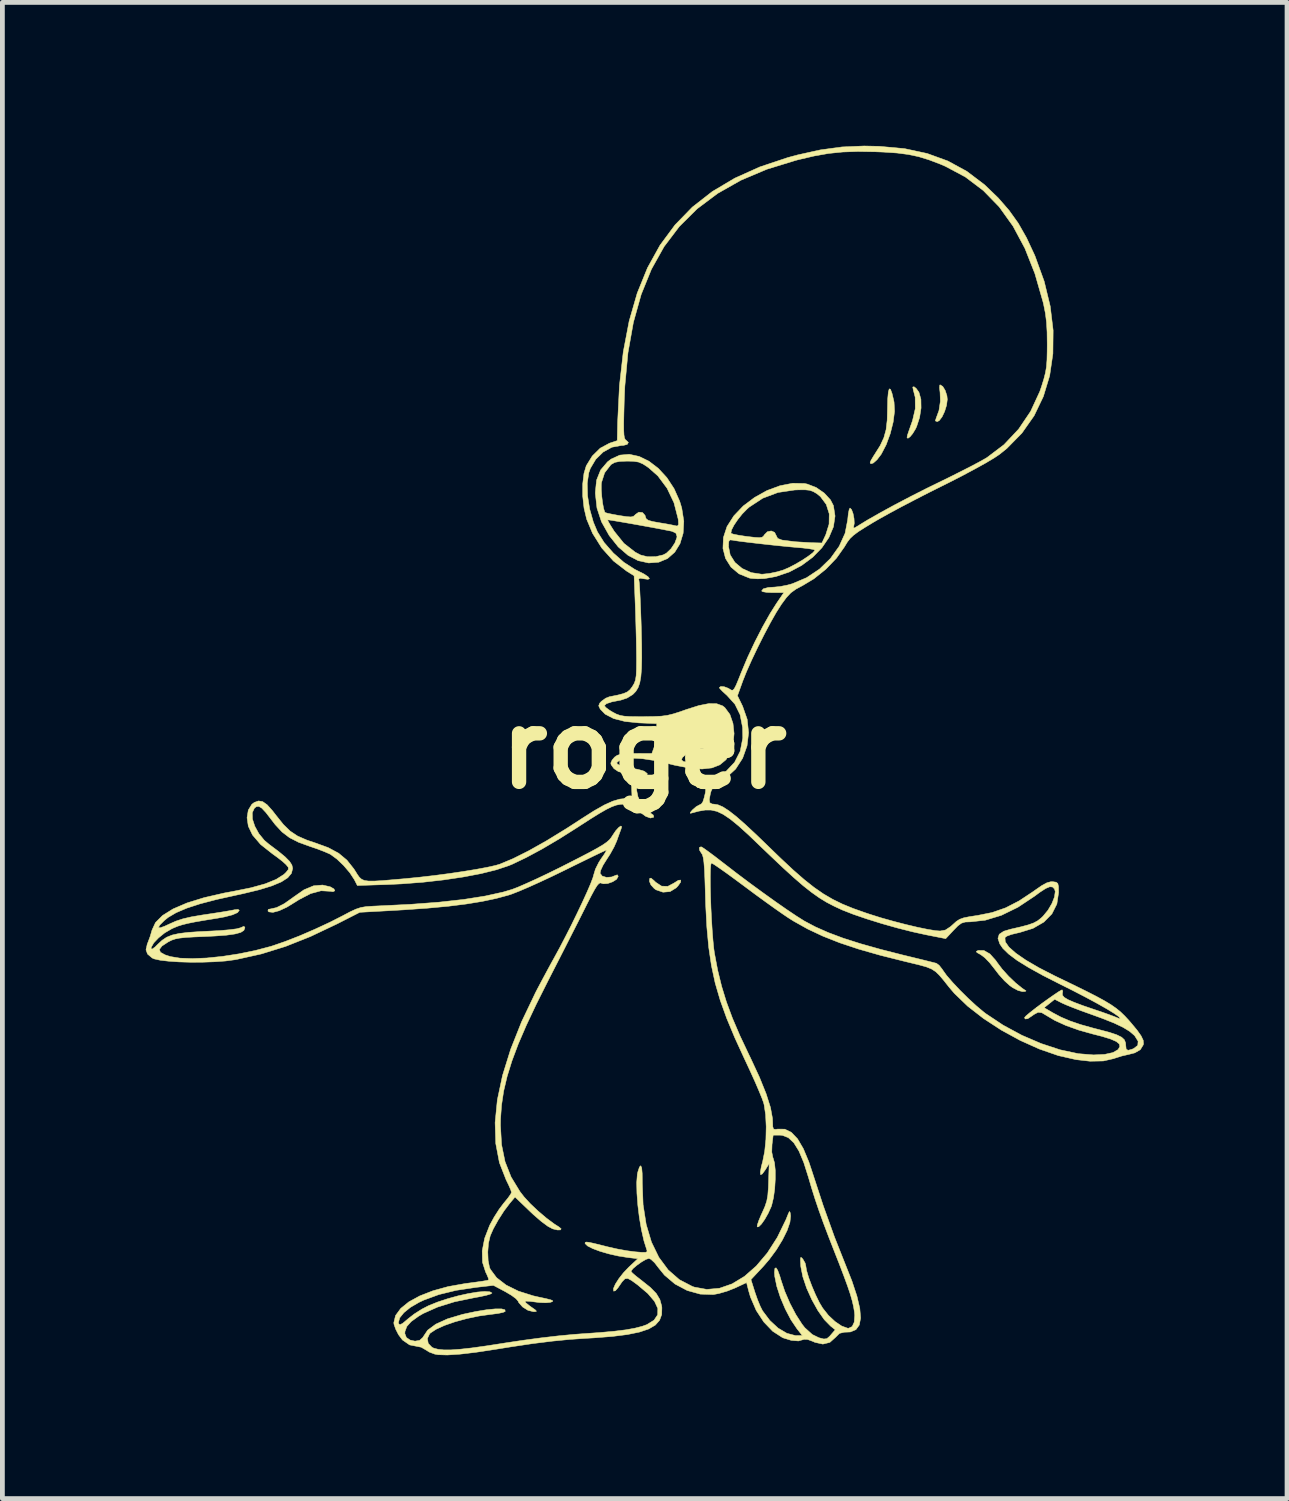
<source format=kicad_pcb>
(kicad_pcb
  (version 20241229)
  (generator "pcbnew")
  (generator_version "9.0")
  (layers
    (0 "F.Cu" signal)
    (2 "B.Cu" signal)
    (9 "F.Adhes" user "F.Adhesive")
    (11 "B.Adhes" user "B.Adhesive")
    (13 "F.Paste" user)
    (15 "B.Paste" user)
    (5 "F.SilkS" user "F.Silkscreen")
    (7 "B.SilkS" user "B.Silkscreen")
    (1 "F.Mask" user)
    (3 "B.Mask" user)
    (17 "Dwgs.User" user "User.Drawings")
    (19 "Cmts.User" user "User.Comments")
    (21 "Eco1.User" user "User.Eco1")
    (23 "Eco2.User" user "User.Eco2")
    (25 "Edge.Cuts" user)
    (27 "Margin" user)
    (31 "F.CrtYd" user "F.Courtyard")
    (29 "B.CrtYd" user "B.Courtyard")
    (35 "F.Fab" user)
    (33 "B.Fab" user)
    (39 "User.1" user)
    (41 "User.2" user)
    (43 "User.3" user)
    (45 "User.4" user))
  (footprint "roger"
    (layer "F.Cu")
    (at 10.425 12.623)
    (property "Reference" "roger" (at 0 0 0) (layer "F.SilkS") (effects (font (size 1.524 1.524) (thickness 0.3))))
    (attr through_hole)
    (fp_poly (pts (xy 0.208 2.752) (xy 0.247 2.79) (xy 0.37 2.871) (xy 0.501 2.875) (xy 0.626 2.809) (xy 0.721 2.749) (xy 0.77 2.744) (xy 0.769 2.787) (xy 0.712 2.868) (xy 0.675 2.907) (xy 0.548 2.985) (xy 0.4 2.998) (xy 0.254 2.948) (xy 0.217 2.922) (xy 0.147 2.846) (xy 0.116 2.771) (xy 0.115 2.768) (xy 0.121 2.71) (xy 0.148 2.703) (xy 0.208 2.752)) (stroke (width 0.01) (type solid)) (fill yes) (layer "F.SilkS"))
    (fp_poly (pts (xy 6.254 -7.586) (xy 6.305 -7.502) (xy 6.341 -7.393) (xy 6.349 -7.313) (xy 6.333 -7.191) (xy 6.293 -7.062) (xy 6.239 -6.948) (xy 6.18 -6.871) (xy 6.139 -6.85) (xy 6.099 -6.865) (xy 6.115 -6.919) (xy 6.116 -6.922) (xy 6.175 -7.083) (xy 6.204 -7.275) (xy 6.198 -7.453) (xy 6.197 -7.463) (xy 6.186 -7.56) (xy 6.192 -7.615) (xy 6.199 -7.62) (xy 6.254 -7.586)) (stroke (width 0.01) (type solid)) (fill yes) (layer "F.SilkS"))
    (fp_poly (pts (xy 5.698 -7.544) (xy 5.75 -7.472) (xy 5.757 -7.459) (xy 5.797 -7.317) (xy 5.8 -7.134) (xy 5.769 -6.935) (xy 5.707 -6.746) (xy 5.685 -6.699) (xy 5.626 -6.601) (xy 5.569 -6.532) (xy 5.525 -6.501) (xy 5.506 -6.516) (xy 5.515 -6.566) (xy 5.54 -6.64) (xy 5.581 -6.758) (xy 5.621 -6.87) (xy 5.679 -7.12) (xy 5.677 -7.36) (xy 5.637 -7.514) (xy 5.626 -7.573) (xy 5.652 -7.58) (xy 5.698 -7.544)) (stroke (width 0.01) (type solid)) (fill yes) (layer "F.SilkS"))
    (fp_poly (pts (xy -6.564 2.885) (xy -6.487 2.929) (xy -6.468 2.969) (xy -6.507 2.987) (xy -6.562 2.979) (xy -6.756 2.968) (xy -6.975 3.027) (xy -7.222 3.156) (xy -7.288 3.198) (xy -7.472 3.311) (xy -7.634 3.386) (xy -7.762 3.42) (xy -7.847 3.41) (xy -7.868 3.391) (xy -7.86 3.357) (xy -7.813 3.348) (xy -7.688 3.32) (xy -7.528 3.239) (xy -7.349 3.113) (xy -7.331 3.099) (xy -7.112 2.947) (xy -6.913 2.864) (xy -6.725 2.848) (xy -6.564 2.885)) (stroke (width 0.01) (type solid)) (fill yes) (layer "F.SilkS"))
    (fp_poly (pts (xy 5.16 -7.527) (xy 5.192 -7.442) (xy 5.23 -7.282) (xy 5.235 -7.255) (xy 5.245 -7.066) (xy 5.216 -6.84) (xy 5.155 -6.598) (xy 5.07 -6.366) (xy 4.966 -6.167) (xy 4.878 -6.052) (xy 4.8 -5.983) (xy 4.748 -5.967) (xy 4.734 -5.995) (xy 4.754 -6.042) (xy 4.804 -6.126) (xy 4.831 -6.168) (xy 4.945 -6.349) (xy 5.021 -6.512) (xy 5.068 -6.681) (xy 5.091 -6.88) (xy 5.097 -7.11) (xy 5.102 -7.326) (xy 5.115 -7.468) (xy 5.134 -7.535) (xy 5.16 -7.527)) (stroke (width 0.01) (type solid)) (fill yes) (layer "F.SilkS"))
    (fp_poly (pts (xy 7.116 4.218) (xy 7.24 4.289) (xy 7.363 4.426) (xy 7.391 4.467) (xy 7.494 4.604) (xy 7.631 4.756) (xy 7.78 4.898) (xy 7.915 5.007) (xy 7.949 5.03) (xy 7.997 5.063) (xy 7.978 5.075) (xy 7.923 5.078) (xy 7.831 5.055) (xy 7.714 4.993) (xy 7.658 4.953) (xy 7.547 4.853) (xy 7.426 4.718) (xy 7.333 4.597) (xy 7.234 4.472) (xy 7.131 4.366) (xy 7.048 4.304) (xy 6.97 4.261) (xy 6.956 4.236) (xy 6.997 4.216) (xy 7.116 4.218)) (stroke (width 0.01) (type solid)) (fill yes) (layer "F.SilkS"))
    (fp_poly (pts (xy -0.099 -6.121) (xy 0.106 -6.021) (xy 0.302 -5.871) (xy 0.48 -5.678) (xy 0.632 -5.446) (xy 0.749 -5.183) (xy 0.792 -5.041) (xy 0.835 -4.765) (xy 0.821 -4.514) (xy 0.755 -4.295) (xy 0.645 -4.117) (xy 0.495 -3.985) (xy 0.311 -3.908) (xy 0.1 -3.892) (xy -0.122 -3.941) (xy -0.332 -4.052) (xy -0.537 -4.228) (xy -0.721 -4.459) (xy -0.726 -4.465) (xy -0.888 -4.754) (xy -0.901 -4.794) (xy -0.76 -4.794) (xy -0.746 -4.76) (xy -0.699 -4.678) (xy -0.629 -4.567) (xy -0.623 -4.557) (xy -0.419 -4.303) (xy -0.181 -4.117) (xy -0.068 -4.058) (xy 0.078 -4.022) (xy 0.246 -4.024) (xy 0.401 -4.06) (xy 0.47 -4.096) (xy 0.568 -4.19) (xy 0.648 -4.31) (xy 0.69 -4.424) (xy 0.692 -4.45) (xy 0.67 -4.515) (xy 0.592 -4.553) (xy 0.568 -4.559) (xy 0.45 -4.582) (xy 0.292 -4.613) (xy 0.106 -4.647) (xy -0.092 -4.683) (xy -0.288 -4.718) (xy -0.468 -4.749) (xy -0.616 -4.774) (xy -0.718 -4.79) (xy -0.76 -4.794) (xy -0.76 -4.794) (xy -0.901 -4.794) (xy -0.982 -5.04) (xy -1.016 -5.343) (xy -1.016 -5.369) (xy -1.011 -5.425) (xy -0.892 -5.425) (xy -0.882 -5.287) (xy -0.865 -5.148) (xy -0.843 -5.031) (xy -0.82 -4.959) (xy -0.811 -4.947) (xy -0.761 -4.932) (xy -0.656 -4.91) (xy -0.519 -4.885) (xy -0.505 -4.883) (xy -0.36 -4.861) (xy -0.271 -4.855) (xy -0.219 -4.867) (xy -0.185 -4.897) (xy -0.179 -4.905) (xy -0.107 -4.955) (xy -0.029 -4.947) (xy 0.024 -4.888) (xy 0.031 -4.861) (xy 0.048 -4.816) (xy 0.093 -4.784) (xy 0.182 -4.759) (xy 0.32 -4.734) (xy 0.461 -4.711) (xy 0.573 -4.69) (xy 0.633 -4.677) (xy 0.635 -4.676) (xy 0.699 -4.664) (xy 0.725 -4.696) (xy 0.72 -4.787) (xy 0.716 -4.815) (xy 0.629 -5.152) (xy 0.485 -5.455) (xy 0.292 -5.714) (xy 0.096 -5.887) (xy -0.017 -5.962) (xy -0.111 -6.003) (xy -0.22 -6.02) (xy -0.351 -6.023) (xy -0.506 -6.017) (xy -0.608 -5.997) (xy -0.68 -5.957) (xy -0.693 -5.946) (xy -0.822 -5.779) (xy -0.887 -5.577) (xy -0.892 -5.538) (xy -0.892 -5.425) (xy -1.011 -5.425) (xy -0.99 -5.627) (xy -0.906 -5.837) (xy -0.762 -6.007) (xy -0.687 -6.065) (xy -0.504 -6.149) (xy -0.305 -6.166) (xy -0.099 -6.121)) (stroke (width 0.01) (type solid)) (fill yes) (layer "F.SilkS"))
    (fp_poly (pts (xy 3.361 -5.555) (xy 3.419 -5.543) (xy 3.605 -5.471) (xy 3.773 -5.355) (xy 3.904 -5.213) (xy 3.966 -5.093) (xy 4 -4.874) (xy 3.966 -4.648) (xy 3.871 -4.424) (xy 3.724 -4.209) (xy 3.532 -4.012) (xy 3.302 -3.841) (xy 3.042 -3.703) (xy 2.759 -3.607) (xy 2.521 -3.565) (xy 2.379 -3.56) (xy 2.248 -3.569) (xy 2.207 -3.576) (xy 1.989 -3.665) (xy 1.822 -3.806) (xy 1.708 -3.987) (xy 1.654 -4.197) (xy 1.656 -4.24) (xy 1.77 -4.24) (xy 1.806 -4.06) (xy 1.906 -3.902) (xy 2.057 -3.776) (xy 2.247 -3.69) (xy 2.462 -3.657) (xy 2.481 -3.657) (xy 2.625 -3.672) (xy 2.796 -3.708) (xy 2.915 -3.744) (xy 3.035 -3.795) (xy 3.173 -3.867) (xy 3.313 -3.949) (xy 3.438 -4.032) (xy 3.532 -4.103) (xy 3.577 -4.154) (xy 3.579 -4.161) (xy 3.544 -4.175) (xy 3.449 -4.191) (xy 3.314 -4.207) (xy 3.262 -4.211) (xy 3.073 -4.228) (xy 2.857 -4.249) (xy 2.629 -4.273) (xy 2.404 -4.298) (xy 2.198 -4.322) (xy 2.026 -4.343) (xy 1.904 -4.36) (xy 1.857 -4.369) (xy 1.801 -4.374) (xy 1.776 -4.341) (xy 1.77 -4.252) (xy 1.77 -4.24) (xy 1.656 -4.24) (xy 1.664 -4.425) (xy 1.695 -4.52) (xy 1.821 -4.52) (xy 1.826 -4.511) (xy 1.874 -4.494) (xy 1.979 -4.473) (xy 2.121 -4.451) (xy 2.167 -4.445) (xy 2.323 -4.427) (xy 2.42 -4.422) (xy 2.475 -4.431) (xy 2.506 -4.457) (xy 2.522 -4.483) (xy 2.585 -4.546) (xy 2.665 -4.562) (xy 2.735 -4.532) (xy 2.764 -4.475) (xy 2.799 -4.406) (xy 2.89 -4.371) (xy 2.898 -4.37) (xy 3.165 -4.336) (xy 3.467 -4.318) (xy 3.508 -4.316) (xy 3.725 -4.31) (xy 3.806 -4.483) (xy 3.875 -4.705) (xy 3.878 -4.921) (xy 3.816 -5.117) (xy 3.694 -5.281) (xy 3.618 -5.343) (xy 3.543 -5.387) (xy 3.469 -5.413) (xy 3.372 -5.423) (xy 3.231 -5.422) (xy 3.155 -5.419) (xy 2.806 -5.367) (xy 2.487 -5.247) (xy 2.204 -5.061) (xy 2.158 -5.02) (xy 2.058 -4.918) (xy 1.964 -4.8) (xy 1.885 -4.683) (xy 1.834 -4.584) (xy 1.821 -4.52) (xy 1.695 -4.52) (xy 1.739 -4.654) (xy 1.882 -4.878) (xy 2.078 -5.084) (xy 2.315 -5.262) (xy 2.575 -5.407) (xy 2.847 -5.508) (xy 3.113 -5.56) (xy 3.361 -5.555)) (stroke (width 0.01) (type solid)) (fill yes) (layer "F.SilkS"))
    (fp_poly (pts (xy 4.926 -12.611) (xy 5.453 -12.563) (xy 5.928 -12.461) (xy 6.36 -12.304) (xy 6.757 -12.088) (xy 7.127 -11.808) (xy 7.414 -11.532) (xy 7.642 -11.27) (xy 7.835 -11) (xy 8.006 -10.699) (xy 8.171 -10.346) (xy 8.185 -10.314) (xy 8.377 -9.784) (xy 8.503 -9.264) (xy 8.564 -8.759) (xy 8.559 -8.272) (xy 8.491 -7.809) (xy 8.359 -7.375) (xy 8.166 -6.973) (xy 7.91 -6.609) (xy 7.595 -6.288) (xy 7.442 -6.165) (xy 7.324 -6.086) (xy 7.149 -5.982) (xy 6.925 -5.858) (xy 6.665 -5.719) (xy 6.38 -5.573) (xy 6.235 -5.501) (xy 5.953 -5.36) (xy 5.665 -5.212) (xy 5.387 -5.067) (xy 5.135 -4.931) (xy 4.925 -4.814) (xy 4.811 -4.748) (xy 4.62 -4.632) (xy 4.482 -4.544) (xy 4.385 -4.471) (xy 4.314 -4.404) (xy 4.257 -4.329) (xy 4.201 -4.237) (xy 4.196 -4.228) (xy 4.028 -3.991) (xy 3.807 -3.761) (xy 3.556 -3.56) (xy 3.324 -3.421) (xy 3.181 -3.344) (xy 3.074 -3.267) (xy 2.981 -3.167) (xy 2.875 -3.023) (xy 2.874 -3.021) (xy 2.77 -2.858) (xy 2.647 -2.641) (xy 2.514 -2.39) (xy 2.38 -2.123) (xy 2.254 -1.858) (xy 2.145 -1.613) (xy 2.063 -1.407) (xy 2.059 -1.394) (xy 1.958 -1.114) (xy 2.065 -0.895) (xy 2.161 -0.621) (xy 2.191 -0.34) (xy 2.158 -0.064) (xy 2.066 0.194) (xy 1.919 0.421) (xy 1.719 0.605) (xy 1.635 0.658) (xy 1.515 0.733) (xy 1.445 0.801) (xy 1.405 0.887) (xy 1.392 0.932) (xy 1.368 1.057) (xy 1.378 1.125) (xy 1.427 1.152) (xy 1.466 1.155) (xy 1.551 1.169) (xy 1.653 1.213) (xy 1.778 1.294) (xy 1.932 1.414) (xy 2.121 1.58) (xy 2.351 1.794) (xy 2.561 1.997) (xy 2.864 2.29) (xy 3.124 2.533) (xy 3.353 2.733) (xy 3.56 2.897) (xy 3.756 3.033) (xy 3.951 3.147) (xy 4.155 3.247) (xy 4.378 3.338) (xy 4.632 3.428) (xy 4.725 3.459) (xy 4.963 3.534) (xy 5.219 3.606) (xy 5.477 3.673) (xy 5.721 3.731) (xy 5.935 3.775) (xy 6.105 3.803) (xy 6.199 3.81) (xy 6.309 3.79) (xy 6.417 3.719) (xy 6.468 3.673) (xy 6.539 3.609) (xy 6.608 3.565) (xy 6.694 3.534) (xy 6.819 3.509) (xy 6.985 3.484) (xy 7.288 3.423) (xy 7.57 3.325) (xy 7.853 3.179) (xy 8.155 2.979) (xy 8.176 2.963) (xy 8.325 2.86) (xy 8.433 2.801) (xy 8.518 2.778) (xy 8.561 2.779) (xy 8.628 2.789) (xy 8.662 2.816) (xy 8.676 2.88) (xy 8.678 3) (xy 8.678 3.006) (xy 8.642 3.245) (xy 8.538 3.452) (xy 8.37 3.623) (xy 8.142 3.755) (xy 7.858 3.843) (xy 7.82 3.851) (xy 7.691 3.882) (xy 7.596 3.917) (xy 7.556 3.947) (xy 7.562 4.036) (xy 7.639 4.147) (xy 7.784 4.275) (xy 7.994 4.42) (xy 8.266 4.579) (xy 8.597 4.749) (xy 8.659 4.779) (xy 8.987 4.937) (xy 9.253 5.068) (xy 9.467 5.177) (xy 9.638 5.27) (xy 9.774 5.352) (xy 9.884 5.429) (xy 9.977 5.505) (xy 10.062 5.587) (xy 10.147 5.679) (xy 10.183 5.72) (xy 10.319 5.883) (xy 10.405 6.005) (xy 10.449 6.097) (xy 10.455 6.17) (xy 10.449 6.194) (xy 10.388 6.294) (xy 10.273 6.36) (xy 10.148 6.392) (xy 10 6.426) (xy 9.849 6.474) (xy 9.833 6.48) (xy 9.614 6.53) (xy 9.336 6.535) (xy 9.044 6.502) (xy 8.671 6.417) (xy 8.276 6.28) (xy 7.873 6.099) (xy 7.478 5.883) (xy 7.107 5.641) (xy 6.775 5.383) (xy 6.497 5.115) (xy 6.386 4.985) (xy 6.273 4.842) (xy 6.185 4.738) (xy 6.107 4.662) (xy 6.023 4.607) (xy 5.919 4.564) (xy 5.778 4.524) (xy 5.585 4.477) (xy 5.465 4.448) (xy 4.947 4.318) (xy 4.495 4.189) (xy 4.098 4.057) (xy 3.746 3.918) (xy 3.429 3.769) (xy 3.136 3.605) (xy 3.021 3.533) (xy 2.906 3.455) (xy 2.744 3.342) (xy 2.549 3.202) (xy 2.337 3.048) (xy 2.122 2.888) (xy 2.102 2.873) (xy 1.906 2.728) (xy 1.731 2.6) (xy 1.585 2.497) (xy 1.478 2.424) (xy 1.419 2.388) (xy 1.413 2.386) (xy 1.4 2.422) (xy 1.392 2.523) (xy 1.389 2.676) (xy 1.39 2.869) (xy 1.395 3.089) (xy 1.403 3.325) (xy 1.415 3.563) (xy 1.429 3.792) (xy 1.445 4) (xy 1.462 4.173) (xy 1.476 4.272) (xy 1.544 4.631) (xy 1.626 4.966) (xy 1.727 5.295) (xy 1.853 5.635) (xy 2.01 6.002) (xy 2.205 6.414) (xy 2.23 6.465) (xy 2.418 6.87) (xy 2.558 7.217) (xy 2.649 7.504) (xy 2.691 7.733) (xy 2.694 7.8) (xy 2.697 7.906) (xy 2.713 7.955) (xy 2.756 7.962) (xy 2.8 7.955) (xy 2.949 7.957) (xy 3.086 8.024) (xy 3.215 8.159) (xy 3.336 8.365) (xy 3.452 8.643) (xy 3.518 8.841) (xy 3.753 9.559) (xy 3.989 10.216) (xy 4.205 10.761) (xy 4.354 11.137) (xy 4.458 11.451) (xy 4.518 11.708) (xy 4.535 11.909) (xy 4.507 12.056) (xy 4.436 12.153) (xy 4.32 12.201) (xy 4.193 12.206) (xy 4.093 12.23) (xy 4.011 12.312) (xy 3.891 12.419) (xy 3.745 12.455) (xy 3.578 12.418) (xy 3.542 12.401) (xy 3.427 12.358) (xy 3.349 12.355) (xy 3.341 12.359) (xy 3.233 12.389) (xy 3.085 12.377) (xy 2.921 12.327) (xy 2.899 12.318) (xy 2.695 12.186) (xy 2.509 11.992) (xy 2.35 11.749) (xy 2.23 11.471) (xy 2.191 11.338) (xy 2.148 11.168) (xy 1.904 11.282) (xy 1.742 11.346) (xy 1.57 11.396) (xy 1.452 11.418) (xy 1.179 11.409) (xy 0.906 11.333) (xy 0.651 11.198) (xy 0.43 11.011) (xy 0.308 10.861) (xy 0.223 10.751) (xy 0.146 10.68) (xy 0.104 10.662) (xy 0.041 10.683) (xy -0.05 10.736) (xy -0.147 10.805) (xy -0.228 10.874) (xy -0.268 10.925) (xy -0.269 10.932) (xy -0.241 10.967) (xy -0.165 11.032) (xy -0.058 11.115) (xy -0.048 11.123) (xy 0.135 11.269) (xy 0.259 11.396) (xy 0.334 11.521) (xy 0.371 11.655) (xy 0.376 11.695) (xy 0.372 11.837) (xy 0.328 11.956) (xy 0.24 12.056) (xy 0.101 12.138) (xy -0.092 12.203) (xy -0.346 12.255) (xy -0.664 12.295) (xy -1.052 12.325) (xy -1.212 12.334) (xy -1.551 12.357) (xy -1.916 12.393) (xy -2.319 12.443) (xy -2.774 12.511) (xy -3.117 12.566) (xy -3.519 12.627) (xy -3.852 12.666) (xy -4.115 12.683) (xy -4.306 12.677) (xy -4.379 12.664) (xy -4.489 12.623) (xy -4.575 12.57) (xy -4.661 12.52) (xy -4.721 12.508) (xy -4.903 12.472) (xy -5.053 12.368) (xy -5.136 12.257) (xy -5.194 12.143) (xy -5.229 12.043) (xy -5.234 12.008) (xy -5.197 11.856) (xy -5.089 11.709) (xy -4.919 11.571) (xy -4.692 11.447) (xy -4.415 11.339) (xy -4.096 11.251) (xy -3.742 11.188) (xy -3.687 11.181) (xy -3.516 11.158) (xy -3.375 11.138) (xy -3.281 11.122) (xy -3.249 11.113) (xy -3.256 11.073) (xy -3.291 10.99) (xy -3.313 10.946) (xy -3.378 10.743) (xy -3.384 10.503) (xy -3.333 10.241) (xy -3.227 9.967) (xy -3.224 9.962) (xy -3.134 9.797) (xy -3.03 9.634) (xy -2.934 9.506) (xy -2.926 9.497) (xy -2.844 9.397) (xy -2.788 9.317) (xy -2.771 9.28) (xy -2.787 9.226) (xy -2.83 9.127) (xy -2.885 9.014) (xy -3.024 8.658) (xy -3.1 8.259) (xy -3.114 7.82) (xy -3.067 7.343) (xy -2.958 6.831) (xy -2.788 6.284) (xy -2.558 5.706) (xy -2.268 5.098) (xy -2.239 5.042) (xy -2.136 4.847) (xy -2.028 4.646) (xy -1.93 4.465) (xy -1.876 4.368) (xy -1.763 4.161) (xy -1.642 3.929) (xy -1.518 3.686) (xy -1.399 3.442) (xy -1.288 3.209) (xy -1.192 2.999) (xy -1.117 2.825) (xy -1.068 2.697) (xy -1.051 2.636) (xy -1.014 2.514) (xy -0.944 2.374) (xy -0.896 2.299) (xy -0.829 2.203) (xy -0.79 2.136) (xy -0.785 2.117) (xy -0.824 2.133) (xy -0.923 2.179) (xy -1.071 2.25) (xy -1.259 2.342) (xy -1.478 2.449) (xy -1.662 2.54) (xy -1.918 2.664) (xy -2.17 2.782) (xy -2.405 2.888) (xy -2.608 2.975) (xy -2.764 3.036) (xy -2.826 3.057) (xy -3.092 3.129) (xy -3.386 3.191) (xy -3.717 3.245) (xy -4.094 3.292) (xy -4.525 3.332) (xy -5.02 3.367) (xy -5.311 3.384) (xy -5.946 3.419) (xy -6.427 3.664) (xy -6.979 3.926) (xy -7.5 4.133) (xy -8.006 4.29) (xy -8.514 4.403) (xy -8.563 4.412) (xy -8.757 4.438) (xy -8.986 4.454) (xy -9.234 4.463) (xy -9.486 4.464) (xy -9.729 4.457) (xy -9.947 4.442) (xy -10.125 4.421) (xy -10.25 4.393) (xy -10.29 4.375) (xy -10.387 4.293) (xy -10.42 4.204) (xy -10.414 4.179) (xy -10.314 4.179) (xy -10.291 4.189) (xy -10.229 4.144) (xy -10.17 4.085) (xy -10.082 4.004) (xy -9.988 3.941) (xy -9.874 3.895) (xy -9.728 3.862) (xy -9.538 3.839) (xy -9.29 3.822) (xy -9.121 3.814) (xy -8.872 3.801) (xy -8.669 3.783) (xy -8.522 3.764) (xy -8.441 3.742) (xy -8.438 3.741) (xy -8.374 3.712) (xy -8.352 3.729) (xy -8.351 3.745) (xy -8.372 3.798) (xy -8.438 3.84) (xy -8.556 3.872) (xy -8.733 3.897) (xy -8.975 3.915) (xy -9.179 3.925) (xy -9.416 3.935) (xy -9.59 3.945) (xy -9.717 3.959) (xy -9.81 3.977) (xy -9.883 4.002) (xy -9.952 4.037) (xy -9.956 4.039) (xy -10.085 4.124) (xy -10.139 4.195) (xy -10.118 4.255) (xy -10.021 4.309) (xy -9.91 4.345) (xy -9.709 4.378) (xy -9.451 4.387) (xy -9.149 4.375) (xy -8.819 4.341) (xy -8.476 4.288) (xy -8.134 4.218) (xy -7.808 4.132) (xy -7.764 4.118) (xy -7.504 4.028) (xy -7.202 3.91) (xy -6.883 3.772) (xy -6.571 3.627) (xy -6.317 3.498) (xy -6.151 3.41) (xy -6.028 3.353) (xy -5.923 3.318) (xy -5.811 3.299) (xy -5.669 3.29) (xy -5.561 3.285) (xy -4.888 3.252) (xy -4.291 3.207) (xy -3.768 3.149) (xy -3.32 3.078) (xy -2.945 2.995) (xy -2.757 2.939) (xy -2.635 2.892) (xy -2.46 2.816) (xy -2.244 2.718) (xy -2.002 2.603) (xy -1.748 2.478) (xy -1.602 2.404) (xy -1.336 2.268) (xy -1.13 2.161) (xy -0.975 2.076) (xy -0.862 2.009) (xy -0.782 1.954) (xy -0.726 1.905) (xy -0.685 1.856) (xy -0.653 1.806) (xy -0.589 1.711) (xy -0.528 1.644) (xy -0.483 1.613) (xy -0.465 1.627) (xy -0.479 1.678) (xy -0.509 1.758) (xy -0.551 1.874) (xy -0.568 1.924) (xy -0.624 2.05) (xy -0.707 2.2) (xy -0.78 2.313) (xy -0.855 2.433) (xy -0.904 2.538) (xy -0.918 2.602) (xy -0.872 2.661) (xy -0.782 2.688) (xy -0.674 2.679) (xy -0.618 2.656) (xy -0.557 2.634) (xy -0.539 2.662) (xy -0.539 2.669) (xy -0.572 2.728) (xy -0.654 2.78) (xy -0.756 2.816) (xy -0.85 2.822) (xy -0.881 2.812) (xy -0.91 2.803) (xy -0.941 2.816) (xy -0.979 2.858) (xy -1.03 2.939) (xy -1.1 3.068) (xy -1.194 3.252) (xy -1.257 3.378) (xy -1.366 3.595) (xy -1.501 3.86) (xy -1.65 4.154) (xy -1.804 4.456) (xy -1.953 4.747) (xy -2.005 4.849) (xy -2.253 5.343) (xy -2.46 5.782) (xy -2.629 6.174) (xy -2.762 6.529) (xy -2.863 6.855) (xy -2.935 7.16) (xy -2.979 7.453) (xy -3 7.742) (xy -3.002 7.876) (xy -2.979 8.281) (xy -2.906 8.637) (xy -2.779 8.959) (xy -2.594 9.263) (xy -2.509 9.373) (xy -2.38 9.514) (xy -2.215 9.67) (xy -2.038 9.82) (xy -1.871 9.944) (xy -1.781 10.001) (xy -1.732 10.041) (xy -1.745 10.065) (xy -1.809 10.067) (xy -1.909 10.043) (xy -2.009 9.99) (xy -2.147 9.888) (xy -2.31 9.747) (xy -2.374 9.687) (xy -2.697 9.377) (xy -2.808 9.509) (xy -2.928 9.668) (xy -3.048 9.856) (xy -3.151 10.041) (xy -3.216 10.188) (xy -3.253 10.345) (xy -3.267 10.527) (xy -3.26 10.705) (xy -3.231 10.85) (xy -3.214 10.889) (xy -3.083 11.065) (xy -2.884 11.219) (xy -2.625 11.347) (xy -2.314 11.445) (xy -2.213 11.468) (xy -2.045 11.504) (xy -1.945 11.53) (xy -1.905 11.55) (xy -1.918 11.567) (xy -1.963 11.582) (xy -2.056 11.59) (xy -2.187 11.585) (xy -2.266 11.575) (xy -2.384 11.56) (xy -2.466 11.556) (xy -2.49 11.56) (xy -2.472 11.589) (xy -2.406 11.644) (xy -2.361 11.677) (xy -2.275 11.737) (xy -2.248 11.766) (xy -2.275 11.776) (xy -2.314 11.776) (xy -2.426 11.748) (xy -2.539 11.677) (xy -2.619 11.586) (xy -2.634 11.554) (xy -2.677 11.504) (xy -2.77 11.435) (xy -2.893 11.362) (xy -2.902 11.357) (xy -3.149 11.226) (xy -3.508 11.267) (xy -3.929 11.33) (xy -4.29 11.418) (xy -4.606 11.534) (xy -4.706 11.581) (xy -4.885 11.685) (xy -5.023 11.797) (xy -5.11 11.905) (xy -5.137 12.002) (xy -5.131 12.03) (xy -5.104 12.049) (xy -5.047 12.02) (xy -4.951 11.939) (xy -4.937 11.927) (xy -4.808 11.826) (xy -4.646 11.723) (xy -4.509 11.652) (xy -4.318 11.575) (xy -4.106 11.505) (xy -3.888 11.445) (xy -3.677 11.398) (xy -3.487 11.366) (xy -3.331 11.353) (xy -3.222 11.361) (xy -3.179 11.386) (xy -3.205 11.405) (xy -3.293 11.432) (xy -3.428 11.462) (xy -3.549 11.484) (xy -3.961 11.569) (xy -4.32 11.681) (xy -4.618 11.814) (xy -4.715 11.871) (xy -4.87 11.983) (xy -4.961 12.085) (xy -5 12.19) (xy -5.003 12.234) (xy -4.971 12.317) (xy -4.891 12.371) (xy -4.79 12.393) (xy -4.693 12.376) (xy -4.627 12.317) (xy -4.621 12.306) (xy -4.526 12.164) (xy -4.356 12.038) (xy -4.112 11.927) (xy -3.795 11.832) (xy -3.524 11.774) (xy -3.294 11.736) (xy -3.109 11.718) (xy -2.978 11.718) (xy -2.908 11.737) (xy -2.903 11.772) (xy -2.949 11.792) (xy -3.05 11.813) (xy -3.186 11.831) (xy -3.198 11.832) (xy -3.451 11.867) (xy -3.707 11.921) (xy -3.953 11.988) (xy -4.172 12.064) (xy -4.348 12.144) (xy -4.468 12.223) (xy -4.485 12.24) (xy -4.531 12.339) (xy -4.513 12.441) (xy -4.436 12.521) (xy -4.397 12.54) (xy -4.305 12.564) (xy -4.188 12.576) (xy -4.037 12.576) (xy -3.845 12.562) (xy -3.602 12.535) (xy -3.301 12.493) (xy -2.934 12.436) (xy -2.91 12.432) (xy -2.536 12.376) (xy -2.156 12.325) (xy -1.794 12.283) (xy -1.471 12.252) (xy -1.297 12.239) (xy -0.926 12.213) (xy -0.623 12.186) (xy -0.379 12.156) (xy -0.185 12.121) (xy -0.032 12.081) (xy 0.064 12.046) (xy 0.212 11.954) (xy 0.288 11.841) (xy 0.291 11.709) (xy 0.222 11.56) (xy 0.081 11.395) (xy -0.13 11.217) (xy -0.135 11.213) (xy -0.257 11.124) (xy -0.337 11.081) (xy -0.397 11.088) (xy -0.456 11.15) (xy -0.537 11.268) (xy -0.544 11.278) (xy -0.596 11.337) (xy -0.633 11.347) (xy -0.633 11.347) (xy -0.638 11.294) (xy -0.598 11.201) (xy -0.524 11.085) (xy -0.427 10.961) (xy -0.317 10.846) (xy -0.127 10.668) (xy -0.342 10.642) (xy -0.539 10.611) (xy -0.736 10.566) (xy -0.918 10.513) (xy -1.071 10.456) (xy -1.179 10.401) (xy -1.23 10.351) (xy -1.232 10.341) (xy -1.226 10.325) (xy -1.203 10.319) (xy -1.151 10.325) (xy -1.056 10.345) (xy -0.908 10.381) (xy -0.75 10.421) (xy -0.56 10.464) (xy -0.356 10.501) (xy -0.181 10.524) (xy -0.178 10.524) (xy -0.04 10.535) (xy 0.037 10.534) (xy 0.066 10.52) (xy 0.063 10.488) (xy 0.059 10.479) (xy 0.001 10.295) (xy -0.051 10.066) (xy -0.095 9.811) (xy -0.127 9.549) (xy -0.146 9.298) (xy -0.151 9.077) (xy -0.138 8.904) (xy -0.127 8.852) (xy -0.093 8.749) (xy -0.066 8.722) (xy -0.046 8.768) (xy -0.036 8.884) (xy -0.034 9.069) (xy -0.034 9.082) (xy -0.017 9.537) (xy 0.048 9.952) (xy 0.158 10.32) (xy 0.313 10.639) (xy 0.508 10.902) (xy 0.743 11.107) (xy 1.014 11.248) (xy 1.054 11.262) (xy 1.316 11.31) (xy 1.582 11.286) (xy 1.846 11.194) (xy 2.105 11.037) (xy 2.352 10.82) (xy 2.583 10.547) (xy 2.792 10.221) (xy 2.974 9.847) (xy 3.026 9.717) (xy 3.047 9.679) (xy 3.061 9.704) (xy 3.07 9.774) (xy 3.056 9.905) (xy 2.997 10.077) (xy 2.899 10.274) (xy 2.772 10.482) (xy 2.622 10.685) (xy 2.499 10.828) (xy 2.24 11.105) (xy 2.325 11.374) (xy 2.378 11.526) (xy 2.435 11.664) (xy 2.482 11.757) (xy 2.635 11.96) (xy 2.809 12.121) (xy 2.992 12.229) (xy 3.169 12.276) (xy 3.196 12.277) (xy 3.316 12.277) (xy 3.202 12.132) (xy 3.076 11.945) (xy 2.958 11.72) (xy 2.856 11.479) (xy 2.78 11.244) (xy 2.738 11.038) (xy 2.732 10.953) (xy 2.741 10.87) (xy 2.765 10.858) (xy 2.8 10.911) (xy 2.843 11.027) (xy 2.868 11.112) (xy 2.947 11.348) (xy 3.055 11.599) (xy 3.18 11.837) (xy 3.309 12.038) (xy 3.367 12.112) (xy 3.525 12.255) (xy 3.663 12.322) (xy 3.765 12.348) (xy 3.828 12.341) (xy 3.885 12.293) (xy 3.912 12.262) (xy 4.004 12.155) (xy 3.906 12.077) (xy 3.774 11.942) (xy 3.64 11.751) (xy 3.514 11.525) (xy 3.405 11.283) (xy 3.326 11.047) (xy 3.284 10.837) (xy 3.282 10.814) (xy 3.275 10.696) (xy 3.279 10.644) (xy 3.298 10.644) (xy 3.327 10.677) (xy 3.374 10.759) (xy 3.387 10.812) (xy 3.404 10.915) (xy 3.449 11.066) (xy 3.515 11.241) (xy 3.592 11.422) (xy 3.672 11.586) (xy 3.74 11.7) (xy 3.861 11.853) (xy 4 11.983) (xy 4.139 12.077) (xy 4.26 12.121) (xy 4.283 12.123) (xy 4.358 12.088) (xy 4.402 11.994) (xy 4.412 11.85) (xy 4.406 11.785) (xy 4.387 11.67) (xy 4.359 11.549) (xy 4.319 11.41) (xy 4.262 11.241) (xy 4.185 11.031) (xy 4.085 10.768) (xy 4.012 10.583) (xy 3.871 10.222) (xy 3.755 9.916) (xy 3.66 9.651) (xy 3.579 9.411) (xy 3.507 9.182) (xy 3.445 8.97) (xy 3.346 8.657) (xy 3.245 8.416) (xy 3.138 8.243) (xy 3.023 8.135) (xy 2.897 8.086) (xy 2.846 8.082) (xy 2.705 8.082) (xy 2.681 8.279) (xy 2.676 8.436) (xy 2.698 8.548) (xy 2.703 8.558) (xy 2.733 8.661) (xy 2.749 8.818) (xy 2.749 9.006) (xy 2.737 9.206) (xy 2.711 9.394) (xy 2.674 9.549) (xy 2.662 9.583) (xy 2.6 9.719) (xy 2.529 9.844) (xy 2.46 9.942) (xy 2.402 9.999) (xy 2.37 10.002) (xy 2.374 9.959) (xy 2.406 9.866) (xy 2.459 9.74) (xy 2.472 9.714) (xy 2.532 9.578) (xy 2.571 9.461) (xy 2.593 9.337) (xy 2.605 9.179) (xy 2.609 9.063) (xy 2.621 8.678) (xy 2.54 8.808) (xy 2.477 8.894) (xy 2.442 8.91) (xy 2.436 8.857) (xy 2.458 8.736) (xy 2.486 8.631) (xy 2.528 8.421) (xy 2.553 8.17) (xy 2.559 7.906) (xy 2.547 7.656) (xy 2.516 7.448) (xy 2.506 7.408) (xy 2.473 7.315) (xy 2.412 7.166) (xy 2.33 6.975) (xy 2.232 6.758) (xy 2.125 6.528) (xy 2.107 6.49) (xy 1.901 6.041) (xy 1.733 5.638) (xy 1.598 5.263) (xy 1.492 4.901) (xy 1.413 4.535) (xy 1.356 4.149) (xy 1.317 3.727) (xy 1.292 3.252) (xy 1.285 3.002) (xy 1.276 2.726) (xy 1.267 2.517) (xy 1.255 2.367) (xy 1.24 2.268) (xy 1.222 2.209) (xy 1.21 2.191) (xy 1.165 2.12) (xy 1.159 2.065) (xy 1.193 2.048) (xy 1.208 2.052) (xy 1.256 2.082) (xy 1.352 2.151) (xy 1.484 2.249) (xy 1.638 2.368) (xy 1.698 2.414) (xy 1.951 2.609) (xy 2.219 2.81) (xy 2.49 3.008) (xy 2.751 3.195) (xy 2.989 3.361) (xy 3.192 3.497) (xy 3.349 3.596) (xy 3.355 3.6) (xy 3.589 3.724) (xy 3.858 3.843) (xy 4.17 3.96) (xy 4.534 4.076) (xy 4.957 4.195) (xy 5.448 4.32) (xy 5.495 4.331) (xy 5.697 4.38) (xy 5.876 4.424) (xy 6.016 4.459) (xy 6.102 4.481) (xy 6.12 4.485) (xy 6.178 4.528) (xy 6.243 4.61) (xy 6.252 4.625) (xy 6.332 4.737) (xy 6.458 4.883) (xy 6.613 5.048) (xy 6.784 5.217) (xy 6.954 5.374) (xy 7.11 5.505) (xy 7.154 5.539) (xy 7.518 5.781) (xy 7.909 5.992) (xy 8.312 6.165) (xy 8.71 6.296) (xy 9.09 6.377) (xy 9.41 6.403) (xy 9.642 6.392) (xy 9.815 6.354) (xy 9.923 6.292) (xy 9.96 6.227) (xy 9.948 6.174) (xy 9.887 6.123) (xy 9.768 6.071) (xy 9.587 6.015) (xy 9.39 5.965) (xy 9.102 5.884) (xy 8.83 5.787) (xy 8.596 5.68) (xy 8.431 5.582) (xy 8.327 5.52) (xy 8.248 5.511) (xy 8.162 5.557) (xy 8.131 5.58) (xy 8.033 5.645) (xy 7.978 5.651) (xy 7.966 5.621) (xy 7.996 5.587) (xy 8.074 5.521) (xy 8.186 5.433) (xy 8.21 5.415) (xy 8.376 5.415) (xy 8.556 5.521) (xy 8.728 5.612) (xy 8.916 5.692) (xy 9.138 5.768) (xy 9.413 5.845) (xy 9.511 5.87) (xy 9.735 5.929) (xy 9.892 5.981) (xy 9.996 6.032) (xy 10.055 6.087) (xy 10.08 6.152) (xy 10.083 6.197) (xy 10.092 6.28) (xy 10.131 6.307) (xy 10.214 6.285) (xy 10.254 6.267) (xy 10.335 6.203) (xy 10.342 6.117) (xy 10.275 6.009) (xy 10.261 5.993) (xy 10.165 5.91) (xy 10.027 5.826) (xy 9.838 5.736) (xy 9.588 5.637) (xy 9.343 5.548) (xy 9.153 5.48) (xy 8.975 5.412) (xy 8.831 5.354) (xy 8.744 5.315) (xy 8.596 5.239) (xy 8.486 5.327) (xy 8.376 5.415) (xy 8.21 5.415) (xy 8.317 5.334) (xy 8.454 5.235) (xy 8.58 5.147) (xy 8.681 5.079) (xy 8.743 5.044) (xy 8.753 5.042) (xy 8.765 5.072) (xy 8.758 5.111) (xy 8.759 5.154) (xy 8.795 5.198) (xy 8.874 5.246) (xy 9.005 5.303) (xy 9.194 5.374) (xy 9.429 5.454) (xy 9.6 5.512) (xy 9.748 5.565) (xy 9.856 5.605) (xy 9.9 5.624) (xy 9.955 5.644) (xy 9.968 5.639) (xy 9.934 5.599) (xy 9.838 5.532) (xy 9.686 5.439) (xy 9.487 5.326) (xy 9.246 5.196) (xy 8.972 5.054) (xy 8.718 4.927) (xy 8.348 4.739) (xy 8.047 4.572) (xy 7.81 4.425) (xy 7.633 4.292) (xy 7.511 4.173) (xy 7.447 4.079) (xy 7.409 3.964) (xy 7.436 3.878) (xy 7.53 3.815) (xy 7.667 3.774) (xy 7.884 3.724) (xy 8.042 3.682) (xy 8.155 3.642) (xy 8.239 3.597) (xy 8.311 3.54) (xy 8.353 3.5) (xy 8.456 3.375) (xy 8.538 3.235) (xy 8.592 3.098) (xy 8.608 2.984) (xy 8.593 2.93) (xy 8.552 2.889) (xy 8.494 2.884) (xy 8.409 2.919) (xy 8.286 2.999) (xy 8.174 3.082) (xy 7.826 3.313) (xy 7.48 3.482) (xy 7.144 3.584) (xy 6.835 3.618) (xy 6.724 3.622) (xy 6.645 3.646) (xy 6.57 3.702) (xy 6.48 3.794) (xy 6.316 3.97) (xy 5.9 3.888) (xy 5.617 3.826) (xy 5.302 3.746) (xy 4.976 3.654) (xy 4.662 3.556) (xy 4.381 3.46) (xy 4.154 3.371) (xy 4.151 3.37) (xy 3.983 3.292) (xy 3.825 3.21) (xy 3.67 3.115) (xy 3.509 3.001) (xy 3.334 2.863) (xy 3.136 2.692) (xy 2.908 2.484) (xy 2.64 2.23) (xy 2.437 2.036) (xy 2.187 1.796) (xy 1.98 1.609) (xy 1.807 1.468) (xy 1.66 1.369) (xy 1.53 1.307) (xy 1.406 1.279) (xy 1.281 1.279) (xy 1.144 1.303) (xy 1.039 1.331) (xy 0.973 1.348) (xy 0.97 1.331) (xy 1.015 1.277) (xy 1.094 1.208) (xy 1.158 1.173) (xy 1.202 1.151) (xy 1.233 1.108) (xy 1.26 1.024) (xy 1.286 0.916) (xy 1.294 0.843) (xy 1.259 0.819) (xy 1.207 0.82) (xy 1.119 0.809) (xy 1.09 0.772) (xy 1.124 0.73) (xy 1.181 0.711) (xy 1.478 0.615) (xy 1.718 0.47) (xy 1.898 0.279) (xy 2.016 0.046) (xy 2.069 -0.228) (xy 2.065 -0.448) (xy 2.013 -0.716) (xy 1.905 -0.936) (xy 1.736 -1.123) (xy 1.733 -1.125) (xy 1.646 -1.204) (xy 1.59 -1.263) (xy 1.578 -1.283) (xy 1.608 -1.307) (xy 1.679 -1.302) (xy 1.763 -1.271) (xy 1.796 -1.251) (xy 1.832 -1.23) (xy 1.862 -1.23) (xy 1.893 -1.264) (xy 1.932 -1.34) (xy 1.986 -1.471) (xy 2.04 -1.607) (xy 2.168 -1.912) (xy 2.318 -2.232) (xy 2.479 -2.546) (xy 2.638 -2.829) (xy 2.772 -3.042) (xy 2.928 -3.271) (xy 2.695 -3.271) (xy 2.573 -3.276) (xy 2.489 -3.29) (xy 2.463 -3.306) (xy 2.499 -3.351) (xy 2.602 -3.379) (xy 2.732 -3.387) (xy 2.852 -3.399) (xy 3.004 -3.429) (xy 3.104 -3.457) (xy 3.405 -3.584) (xy 3.675 -3.764) (xy 3.905 -3.987) (xy 4.086 -4.24) (xy 4.21 -4.513) (xy 4.265 -4.797) (xy 4.265 -4.799) (xy 4.278 -4.924) (xy 4.296 -5.012) (xy 4.313 -5.042) (xy 4.346 -5.008) (xy 4.377 -4.925) (xy 4.397 -4.821) (xy 4.402 -4.723) (xy 4.396 -4.687) (xy 4.385 -4.629) (xy 4.408 -4.625) (xy 4.467 -4.661) (xy 4.674 -4.788) (xy 4.937 -4.938) (xy 5.242 -5.105) (xy 5.576 -5.28) (xy 5.925 -5.457) (xy 6.181 -5.582) (xy 6.422 -5.7) (xy 6.654 -5.817) (xy 6.864 -5.924) (xy 7.036 -6.016) (xy 7.157 -6.084) (xy 7.181 -6.099) (xy 7.535 -6.367) (xy 7.841 -6.692) (xy 8.093 -7.065) (xy 8.284 -7.478) (xy 8.318 -7.576) (xy 8.368 -7.736) (xy 8.402 -7.868) (xy 8.424 -7.995) (xy 8.435 -8.139) (xy 8.439 -8.322) (xy 8.44 -8.467) (xy 8.437 -8.724) (xy 8.425 -8.931) (xy 8.402 -9.115) (xy 8.365 -9.301) (xy 8.353 -9.352) (xy 8.182 -9.947) (xy 7.973 -10.476) (xy 7.724 -10.941) (xy 7.435 -11.344) (xy 7.103 -11.685) (xy 6.729 -11.968) (xy 6.31 -12.192) (xy 6.208 -12.236) (xy 5.969 -12.327) (xy 5.752 -12.394) (xy 5.536 -12.44) (xy 5.298 -12.471) (xy 5.017 -12.49) (xy 4.84 -12.497) (xy 4.476 -12.503) (xy 4.161 -12.492) (xy 3.866 -12.462) (xy 3.565 -12.409) (xy 3.231 -12.331) (xy 3.175 -12.316) (xy 2.573 -12.131) (xy 2.029 -11.901) (xy 1.544 -11.626) (xy 1.115 -11.304) (xy 0.741 -10.933) (xy 0.422 -10.512) (xy 0.157 -10.038) (xy -0.057 -9.511) (xy -0.22 -8.928) (xy -0.334 -8.288) (xy -0.399 -7.589) (xy -0.412 -7.278) (xy -0.419 -7.012) (xy -0.423 -6.812) (xy -0.422 -6.668) (xy -0.417 -6.571) (xy -0.407 -6.511) (xy -0.392 -6.476) (xy -0.37 -6.458) (xy -0.325 -6.413) (xy -0.348 -6.374) (xy -0.429 -6.352) (xy -0.475 -6.35) (xy -0.67 -6.314) (xy -0.853 -6.213) (xy -1.008 -6.061) (xy -1.121 -5.871) (xy -1.154 -5.777) (xy -1.186 -5.558) (xy -1.179 -5.298) (xy -1.135 -5.02) (xy -1.058 -4.747) (xy -0.972 -4.542) (xy -0.832 -4.319) (xy -0.64 -4.1) (xy -0.42 -3.906) (xy -0.193 -3.759) (xy -0.137 -3.731) (xy 0.000293 -3.662) (xy 0.086 -3.605) (xy 0.116 -3.565) (xy 0.086 -3.549) (xy -0.004 -3.561) (xy -0.084 -3.573) (xy -0.109 -3.554) (xy -0.102 -3.516) (xy -0.095 -3.458) (xy -0.087 -3.335) (xy -0.078 -3.159) (xy -0.069 -2.941) (xy -0.06 -2.693) (xy -0.055 -2.535) (xy -0.047 -2.186) (xy -0.045 -1.906) (xy -0.05 -1.684) (xy -0.064 -1.512) (xy -0.087 -1.381) (xy -0.122 -1.282) (xy -0.169 -1.205) (xy -0.229 -1.143) (xy -0.236 -1.137) (xy -0.353 -1.065) (xy -0.485 -1.021) (xy -0.492 -1.02) (xy -0.672 -0.985) (xy -0.785 -0.947) (xy -0.826 -0.906) (xy -0.826 -0.903) (xy -0.794 -0.865) (xy -0.715 -0.807) (xy -0.653 -0.77) (xy -0.575 -0.729) (xy -0.5 -0.702) (xy -0.411 -0.686) (xy -0.291 -0.678) (xy -0.12 -0.676) (xy 0 -0.676) (xy 0.208 -0.679) (xy 0.363 -0.686) (xy 0.491 -0.703) (xy 0.617 -0.734) (xy 0.765 -0.781) (xy 0.885 -0.824) (xy 1.15 -0.908) (xy 1.359 -0.949) (xy 1.522 -0.947) (xy 1.646 -0.902) (xy 1.692 -0.867) (xy 1.799 -0.723) (xy 1.864 -0.534) (xy 1.887 -0.323) (xy 1.868 -0.109) (xy 1.806 0.087) (xy 1.717 0.226) (xy 1.588 0.333) (xy 1.423 0.397) (xy 1.216 0.42) (xy 0.959 0.401) (xy 0.646 0.341) (xy 0.513 0.308) (xy 0.23 0.244) (xy 0.119 0.227) (xy 0.785 0.227) (xy 0.824 0.262) (xy 0.931 0.285) (xy 1.11 0.301) (xy 1.116 0.301) (xy 1.22 0.274) (xy 1.303 0.211) (xy 1.418 0.133) (xy 1.532 0.115) (xy 1.617 0.106) (xy 1.634 0.08) (xy 1.588 0.046) (xy 1.484 0.01) (xy 1.438 -0.001) (xy 1.246 -0.014) (xy 1.051 0.025) (xy 0.891 0.106) (xy 0.808 0.176) (xy 0.785 0.227) (xy 0.119 0.227) (xy -0.026 0.205) (xy -0.243 0.192) (xy -0.411 0.205) (xy -0.519 0.245) (xy -0.519 0.245) (xy -0.569 0.288) (xy -0.555 0.316) (xy -0.517 0.337) (xy -0.435 0.366) (xy -0.314 0.395) (xy -0.25 0.405) (xy -0.124 0.428) (xy -0.022 0.456) (xy 0.01 0.468) (xy 0.071 0.516) (xy 0.063 0.55) (xy -0.008 0.557) (xy -0.038 0.552) (xy -0.127 0.547) (xy -0.152 0.574) (xy -0.117 0.622) (xy -0.021 0.68) (xy -0.019 0.681) (xy 0.067 0.731) (xy 0.113 0.774) (xy 0.115 0.782) (xy 0.082 0.8) (xy 0.00024 0.799) (xy -0.019 0.796) (xy -0.109 0.787) (xy -0.147 0.807) (xy -0.153 0.859) (xy -0.125 0.999) (xy -0.055 1.146) (xy 0.04 1.27) (xy 0.117 1.328) (xy 0.196 1.383) (xy 0.206 1.425) (xy 0.203 1.429) (xy 0.136 1.446) (xy 0.039 1.411) (xy -0.07 1.331) (xy -0.125 1.274) (xy -0.209 1.196) (xy -0.298 1.161) (xy -0.406 1.155) (xy -0.492 1.159) (xy -0.576 1.175) (xy -0.671 1.209) (xy -0.786 1.265) (xy -0.932 1.349) (xy -1.119 1.465) (xy -1.359 1.62) (xy -1.372 1.629) (xy -1.767 1.879) (xy -2.135 2.096) (xy -2.466 2.274) (xy -2.75 2.41) (xy -2.83 2.443) (xy -3.088 2.529) (xy -3.41 2.609) (xy -3.783 2.68) (xy -4.193 2.741) (xy -4.628 2.79) (xy -5.075 2.824) (xy -5.375 2.838) (xy -5.997 2.858) (xy -6.061 2.733) (xy -6.154 2.591) (xy -6.283 2.44) (xy -6.424 2.305) (xy -6.556 2.208) (xy -6.579 2.196) (xy -6.687 2.149) (xy -6.835 2.092) (xy -6.985 2.041) (xy -7.228 1.953) (xy -7.416 1.857) (xy -7.572 1.738) (xy -7.717 1.582) (xy -7.796 1.479) (xy -7.911 1.33) (xy -7.995 1.24) (xy -8.058 1.202) (xy -8.111 1.208) (xy -8.151 1.239) (xy -8.196 1.335) (xy -8.192 1.467) (xy -8.143 1.617) (xy -8.059 1.771) (xy -7.944 1.912) (xy -7.851 1.991) (xy -7.651 2.141) (xy -7.509 2.258) (xy -7.417 2.351) (xy -7.367 2.428) (xy -7.351 2.497) (xy -7.351 2.502) (xy -7.376 2.603) (xy -7.454 2.696) (xy -7.589 2.783) (xy -7.787 2.866) (xy -8.051 2.947) (xy -8.386 3.028) (xy -8.529 3.059) (xy -8.944 3.151) (xy -9.288 3.241) (xy -9.567 3.332) (xy -9.788 3.426) (xy -9.956 3.525) (xy -10.038 3.592) (xy -10.131 3.685) (xy -10.159 3.736) (xy -10.124 3.744) (xy -10.026 3.708) (xy -9.935 3.666) (xy -9.796 3.604) (xy -9.647 3.555) (xy -9.47 3.514) (xy -9.241 3.475) (xy -9.179 3.466) (xy -8.981 3.436) (xy -8.803 3.408) (xy -8.662 3.384) (xy -8.578 3.368) (xy -8.572 3.366) (xy -8.496 3.358) (xy -8.467 3.376) (xy -8.504 3.425) (xy -8.611 3.472) (xy -8.781 3.516) (xy -8.918 3.541) (xy -9.184 3.584) (xy -9.388 3.619) (xy -9.542 3.65) (xy -9.659 3.679) (xy -9.754 3.709) (xy -9.839 3.744) (xy -9.884 3.765) (xy -10.028 3.849) (xy -10.157 3.953) (xy -10.257 4.058) (xy -10.31 4.151) (xy -10.314 4.179) (xy -10.414 4.179) (xy -10.394 4.085) (xy -10.379 4.048) (xy -10.332 3.922) (xy -10.297 3.802) (xy -10.294 3.791) (xy -10.221 3.633) (xy -10.073 3.485) (xy -9.853 3.348) (xy -9.562 3.223) (xy -9.204 3.112) (xy -8.778 3.014) (xy -8.594 2.98) (xy -8.222 2.905) (xy -7.923 2.822) (xy -7.695 2.729) (xy -7.535 2.627) (xy -7.489 2.583) (xy -7.44 2.521) (xy -7.443 2.476) (xy -7.489 2.42) (xy -7.559 2.356) (xy -7.669 2.27) (xy -7.777 2.192) (xy -8.022 1.998) (xy -8.191 1.8) (xy -8.279 1.616) (xy -8.305 1.438) (xy -8.279 1.28) (xy -8.205 1.159) (xy -8.152 1.119) (xy -8.064 1.088) (xy -7.979 1.102) (xy -7.885 1.168) (xy -7.773 1.293) (xy -7.697 1.391) (xy -7.545 1.581) (xy -7.402 1.72) (xy -7.247 1.823) (xy -7.055 1.907) (xy -6.885 1.964) (xy -6.607 2.065) (xy -6.389 2.182) (xy -6.215 2.327) (xy -6.069 2.511) (xy -6.042 2.553) (xy -5.995 2.629) (xy -5.954 2.686) (xy -5.908 2.727) (xy -5.848 2.753) (xy -5.762 2.765) (xy -5.64 2.765) (xy -5.471 2.755) (xy -5.246 2.736) (xy -4.992 2.714) (xy -4.693 2.684) (xy -4.381 2.648) (xy -4.07 2.607) (xy -3.774 2.563) (xy -3.505 2.519) (xy -3.276 2.476) (xy -3.101 2.437) (xy -3.014 2.411) (xy -2.737 2.295) (xy -2.408 2.13) (xy -2.032 1.918) (xy -1.615 1.662) (xy -1.308 1.463) (xy -1.044 1.295) (xy -0.829 1.173) (xy -0.652 1.093) (xy -0.506 1.05) (xy -0.403 1.039) (xy -0.248 1.039) (xy -0.257 0.807) (xy -0.267 0.654) (xy -0.285 0.562) (xy -0.321 0.517) (xy -0.383 0.501) (xy -0.426 0.5) (xy -0.532 0.475) (xy -0.627 0.411) (xy -0.686 0.33) (xy -0.693 0.295) (xy -0.666 0.233) (xy -0.612 0.17) (xy -0.558 0.133) (xy -0.483 0.111) (xy -0.369 0.099) (xy -0.198 0.095) (xy -0.182 0.095) (xy 0.167 0.094) (xy 0.215 -0.04) (xy 0.247 -0.165) (xy 0.265 -0.313) (xy 0.266 -0.352) (xy 0.269 -0.53) (xy -0.106 -0.545) (xy -0.396 -0.575) (xy -0.634 -0.636) (xy -0.811 -0.728) (xy -0.914 -0.834) (xy -0.946 -0.902) (xy -0.926 -0.957) (xy -0.889 -0.997) (xy -0.799 -1.062) (xy -0.723 -1.092) (xy -0.544 -1.128) (xy -0.424 -1.16) (xy -0.345 -1.195) (xy -0.289 -1.242) (xy -0.242 -1.305) (xy -0.203 -1.371) (xy -0.177 -1.441) (xy -0.162 -1.535) (xy -0.156 -1.669) (xy -0.154 -1.862) (xy -0.154 -1.863) (xy -0.156 -2.054) (xy -0.16 -2.297) (xy -0.167 -2.566) (xy -0.175 -2.835) (xy -0.179 -2.957) (xy -0.205 -3.624) (xy -0.362 -3.722) (xy -0.638 -3.934) (xy -0.881 -4.204) (xy -1.075 -4.513) (xy -1.198 -4.808) (xy -1.253 -5.04) (xy -1.281 -5.294) (xy -1.281 -5.544) (xy -1.254 -5.768) (xy -1.206 -5.927) (xy -1.08 -6.131) (xy -0.914 -6.294) (xy -0.723 -6.397) (xy -0.715 -6.4) (xy -0.558 -6.452) (xy -0.55 -6.834) (xy -0.512 -7.603) (xy -0.432 -8.309) (xy -0.309 -8.953) (xy -0.14 -9.539) (xy 0.075 -10.068) (xy 0.338 -10.543) (xy 0.651 -10.966) (xy 1.014 -11.339) (xy 1.43 -11.664) (xy 1.901 -11.944) (xy 2.426 -12.18) (xy 3.009 -12.375) (xy 3.212 -12.43) (xy 3.691 -12.536) (xy 4.145 -12.598) (xy 4.609 -12.618) (xy 4.926 -12.611)) (stroke (width 0.01) (type solid)) (fill yes) (layer "F.SilkS")))
  (gr_rect
    (start -3 -3)
    (end 23.884 28.311)
    (stroke (width 0.1) (type default))
    (fill no)
    (layer "Edge.Cuts")))
</source>
